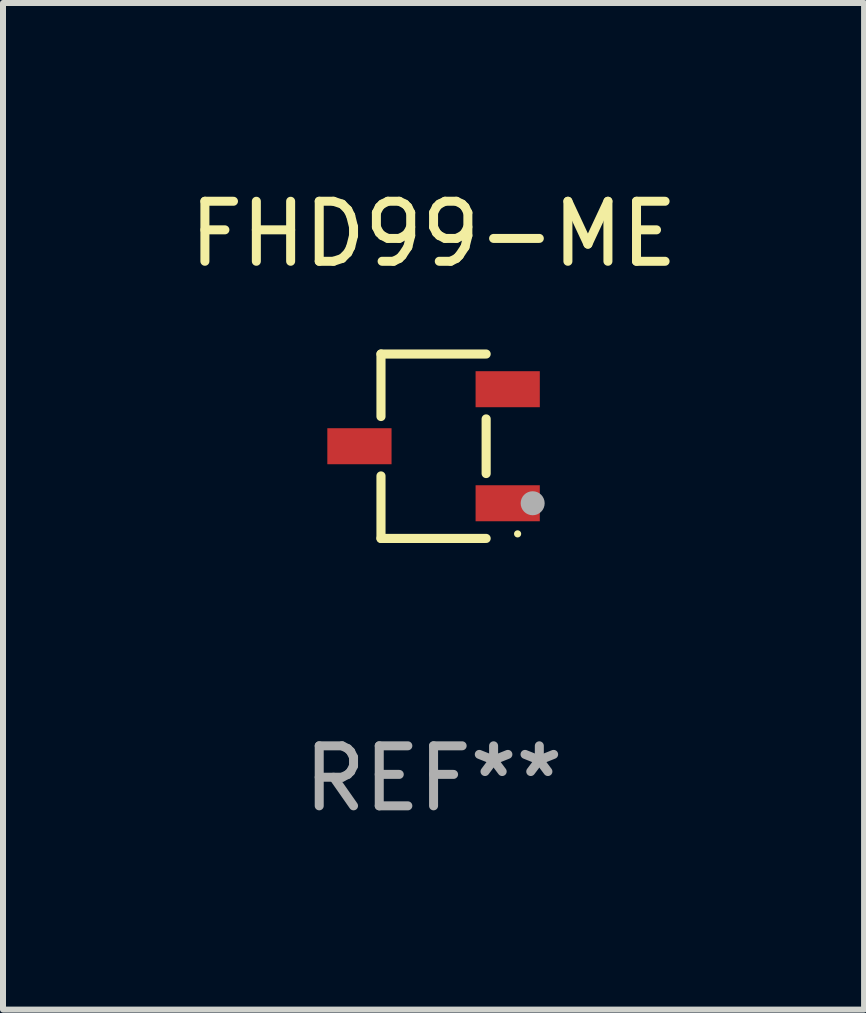
<source format=kicad_pcb>
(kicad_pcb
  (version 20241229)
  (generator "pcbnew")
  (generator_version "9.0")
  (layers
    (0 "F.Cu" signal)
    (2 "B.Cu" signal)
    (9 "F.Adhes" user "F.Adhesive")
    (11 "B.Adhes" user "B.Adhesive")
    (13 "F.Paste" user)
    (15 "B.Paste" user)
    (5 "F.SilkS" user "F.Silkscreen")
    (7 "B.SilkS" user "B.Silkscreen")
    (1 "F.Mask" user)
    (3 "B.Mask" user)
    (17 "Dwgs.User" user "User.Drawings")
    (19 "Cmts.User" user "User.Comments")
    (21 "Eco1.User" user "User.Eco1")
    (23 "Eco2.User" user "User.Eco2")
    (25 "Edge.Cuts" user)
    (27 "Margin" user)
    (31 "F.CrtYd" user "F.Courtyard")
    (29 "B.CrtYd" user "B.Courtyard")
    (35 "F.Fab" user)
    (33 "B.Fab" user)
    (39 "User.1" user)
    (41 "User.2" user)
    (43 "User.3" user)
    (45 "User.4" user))
  (footprint "FHD99-ME"
    (layer "F.Cu")
    (at 4.173 4.384)
    (property "Reference" "FHD99-ME" (at 0 -3.536 0) (layer "F.SilkS") (effects (font (size 1 1) (thickness 0.15))))
    (attr through_hole)
    (fp_line (start -0.876 -1.536) (end -0.876 -0.495) (stroke (width 0.152) (type solid)) (layer "F.SilkS"))
    (fp_line (start -0.876 1.536) (end -0.876 0.495) (stroke (width 0.152) (type solid)) (layer "F.SilkS"))
    (fp_line (start 0.876 -1.536) (end -0.876 -1.536) (stroke (width 0.152) (type solid)) (layer "F.SilkS"))
    (fp_line (start 0.876 -0.455) (end 0.876 0.455) (stroke (width 0.152) (type solid)) (layer "F.SilkS"))
    (fp_line (start 0.876 1.536) (end -0.876 1.536) (stroke (width 0.152) (type solid)) (layer "F.SilkS"))
    (fp_circle (center 1.4 1.46) (end 1.43 1.46) (stroke (width 0.06) (type solid)) (fill no) (layer "F.SilkS"))
    (fp_circle (center 1.651 0.95) (end 1.751 0.95) (stroke (width 0.2) (type solid)) (fill no) (layer "F.Fab"))
    (fp_text user "REF**" (at 0 5.536 0) (layer "F.Fab") (effects (font (size 1 1) (thickness 0.15))))
    (pad "1" smd rect (at 1.235 0.95) (size 1.07 0.6) (layers "F.Cu" "F.Mask" "F.Paste"))
    (pad "2" smd rect (at 1.235 -0.95) (size 1.07 0.6) (layers "F.Cu" "F.Mask" "F.Paste"))
    (pad "3" smd rect (at -1.235 0) (size 1.07 0.6) (layers "F.Cu" "F.Mask" "F.Paste")))
  (gr_rect
    (start -3 -3)
    (end 11.345 13.769)
    (stroke (width 0.1) (type default))
    (fill no)
    (layer "Edge.Cuts")))
</source>
